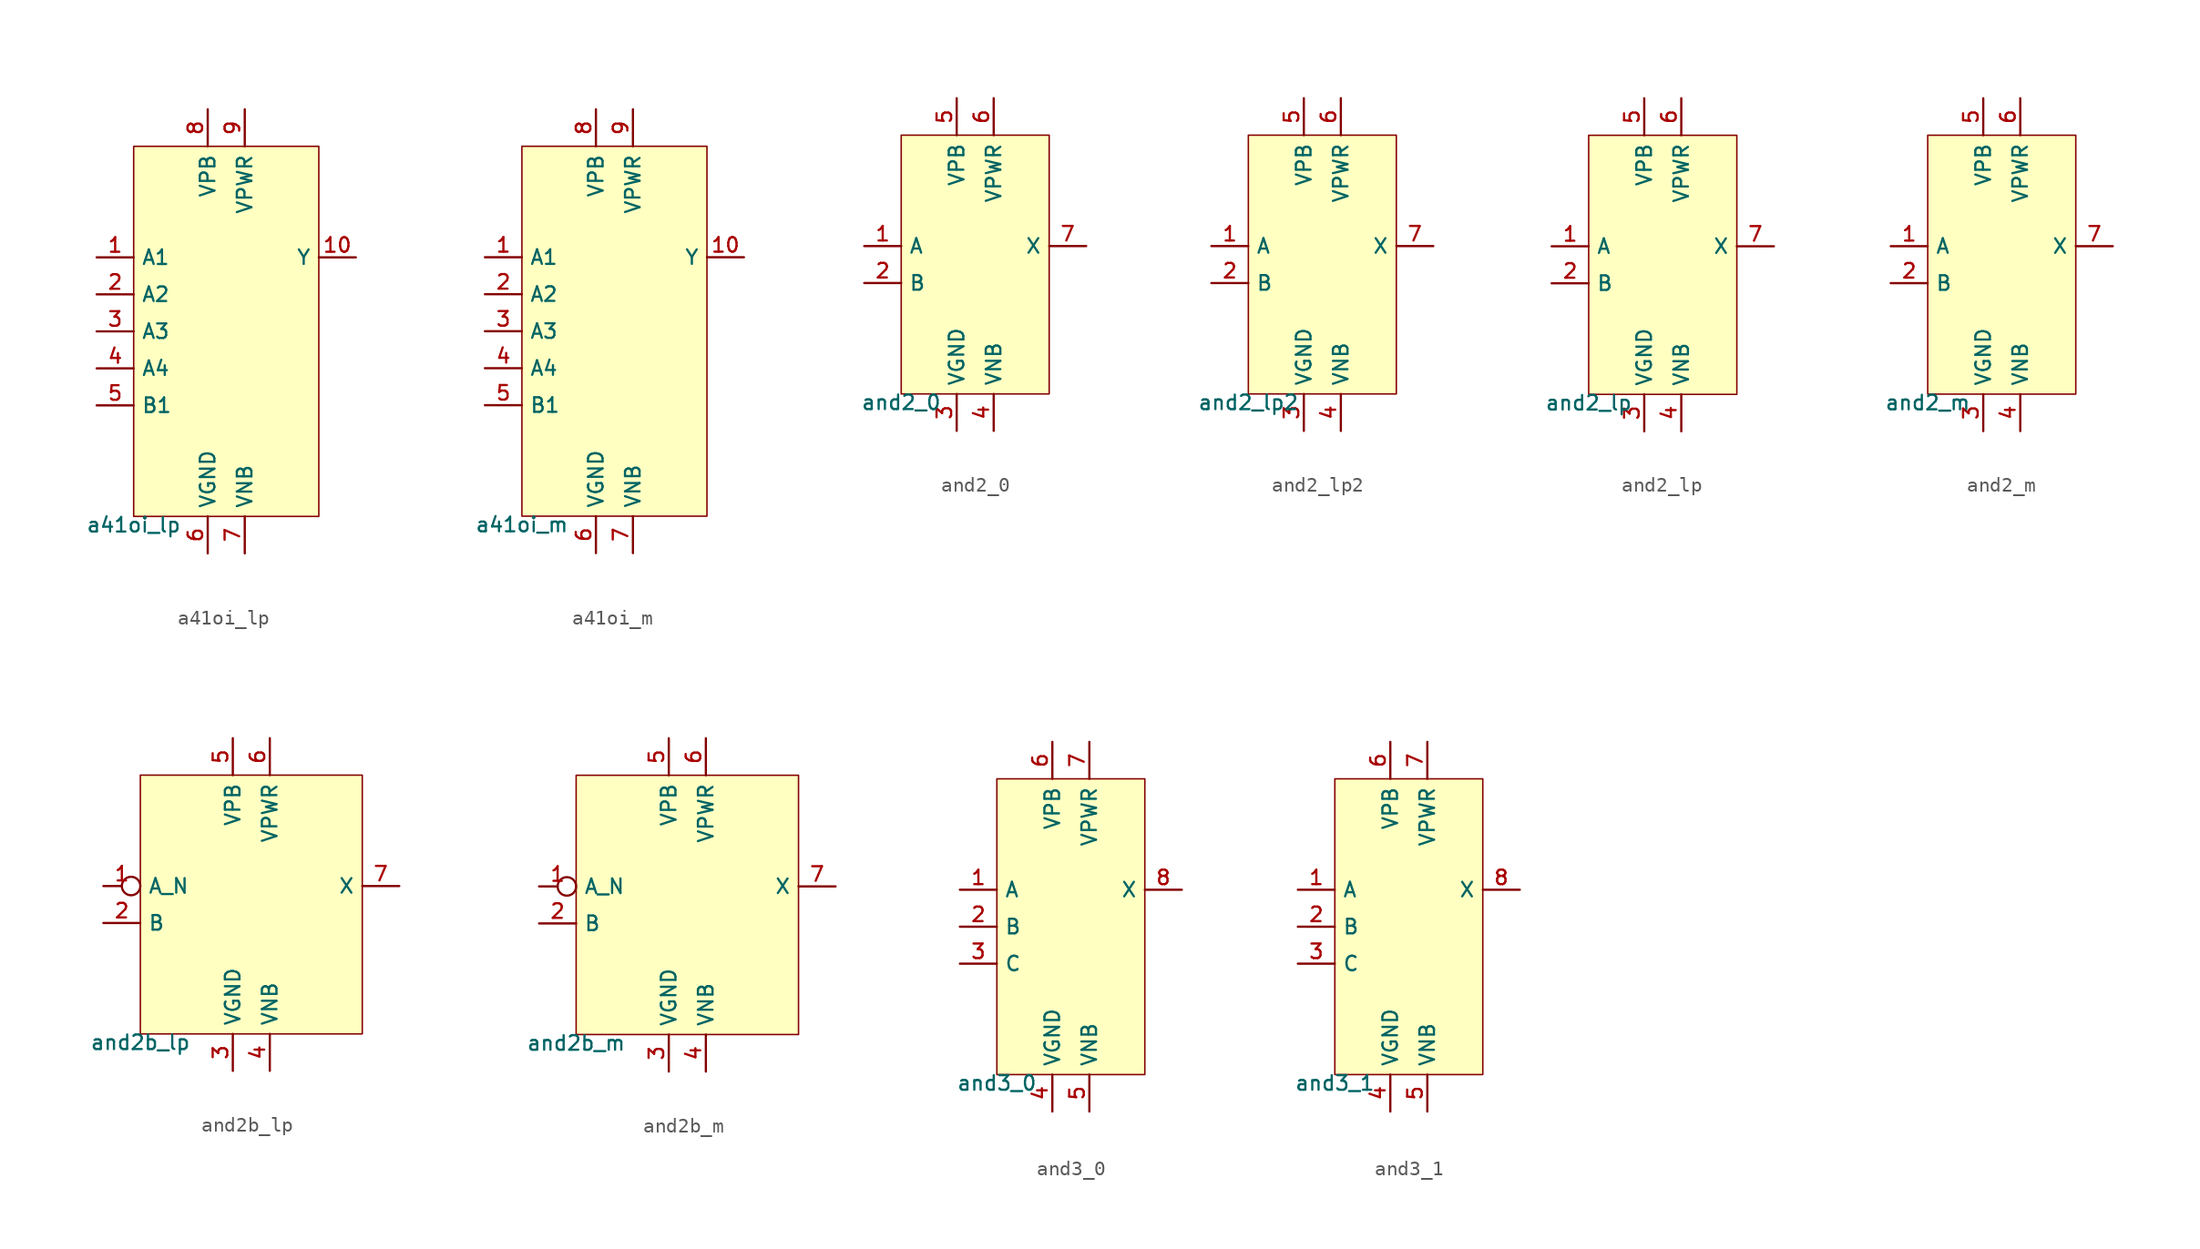
<source format=kicad_sym>
(kicad_symbol_lib
  (version 20211014)
  (generator pdk2kicad)
  (symbol "a41oi_lp"
    (property "Reference" "X"
      (at 0 0 0)
      (effects (font (size 1 1)) hide))
    (property "Value" "a41oi_lp"
      (at -6.35 -12.7 0)
      (effects (font (size 1 1)) (justify top)))
    (rectangle
      (start -6.35 -12.7)
      (end 6.35 12.7)
      (stroke (width 0.1) (type solid) (color 0 0 0 0))
      (fill (type background)))
    (pin input line
      (at -8.89 5.08 0)
      (length 2.54)
      (name "A1" (effects (font (size 1 1)) hide))
      (number "1" (effects (font (size 1 1)) hide)))
    (pin input line
      (at -8.89 2.54 0)
      (length 2.54)
      (name "A2" (effects (font (size 1 1)) hide))
      (number "2" (effects (font (size 1 1)) hide)))
    (pin input line
      (at -8.89 -8.881784197001252e-16 0)
      (length 2.54)
      (name "A3" (effects (font (size 1 1)) hide))
      (number "3" (effects (font (size 1 1)) hide)))
    (pin input line
      (at -8.89 -2.54 0)
      (length 2.54)
      (name "A4" (effects (font (size 1 1)) hide))
      (number "4" (effects (font (size 1 1)) hide)))
    (pin input line
      (at -8.89 -5.08 0)
      (length 2.54)
      (name "B1" (effects (font (size 1 1)) hide))
      (number "5" (effects (font (size 1 1)) hide)))
    (pin power_in line
      (at -1.27 -15.24 90)
      (length 2.54)
      (name "VGND" (effects (font (size 1 1)) hide))
      (number "6" (effects (font (size 1 1)) hide)))
    (pin power_in line
      (at 1.27 -15.24 90)
      (length 2.54)
      (name "VNB" (effects (font (size 1 1)) hide))
      (number "7" (effects (font (size 1 1)) hide)))
    (pin power_in line
      (at -1.27 15.24 270)
      (length 2.54)
      (name "VPB" (effects (font (size 1 1)) hide))
      (number "8" (effects (font (size 1 1)) hide)))
    (pin power_in line
      (at 1.27 15.24 270)
      (length 2.54)
      (name "VPWR" (effects (font (size 1 1)) hide))
      (number "9" (effects (font (size 1 1)) hide)))
    (pin output line
      (at 8.89 5.08 180)
      (length 2.54)
      (name "Y" (effects (font (size 1 1)) hide))
      (number "10" (effects (font (size 1 1)) hide))))
  (symbol "a41oi_m"
    (property "Reference" "X"
      (at 0 0 0)
      (effects (font (size 1 1)) hide))
    (property "Value" "a41oi_m"
      (at -6.35 -12.7 0)
      (effects (font (size 1 1)) (justify top)))
    (rectangle
      (start -6.35 -12.7)
      (end 6.35 12.7)
      (stroke (width 0.1) (type solid) (color 0 0 0 0))
      (fill (type background)))
    (pin input line
      (at -8.89 5.08 0)
      (length 2.54)
      (name "A1" (effects (font (size 1 1)) hide))
      (number "1" (effects (font (size 1 1)) hide)))
    (pin input line
      (at -8.89 2.54 0)
      (length 2.54)
      (name "A2" (effects (font (size 1 1)) hide))
      (number "2" (effects (font (size 1 1)) hide)))
    (pin input line
      (at -8.89 -8.881784197001252e-16 0)
      (length 2.54)
      (name "A3" (effects (font (size 1 1)) hide))
      (number "3" (effects (font (size 1 1)) hide)))
    (pin input line
      (at -8.89 -2.54 0)
      (length 2.54)
      (name "A4" (effects (font (size 1 1)) hide))
      (number "4" (effects (font (size 1 1)) hide)))
    (pin input line
      (at -8.89 -5.08 0)
      (length 2.54)
      (name "B1" (effects (font (size 1 1)) hide))
      (number "5" (effects (font (size 1 1)) hide)))
    (pin power_in line
      (at -1.27 -15.24 90)
      (length 2.54)
      (name "VGND" (effects (font (size 1 1)) hide))
      (number "6" (effects (font (size 1 1)) hide)))
    (pin power_in line
      (at 1.27 -15.24 90)
      (length 2.54)
      (name "VNB" (effects (font (size 1 1)) hide))
      (number "7" (effects (font (size 1 1)) hide)))
    (pin power_in line
      (at -1.27 15.24 270)
      (length 2.54)
      (name "VPB" (effects (font (size 1 1)) hide))
      (number "8" (effects (font (size 1 1)) hide)))
    (pin power_in line
      (at 1.27 15.24 270)
      (length 2.54)
      (name "VPWR" (effects (font (size 1 1)) hide))
      (number "9" (effects (font (size 1 1)) hide)))
    (pin output line
      (at 8.89 5.08 180)
      (length 2.54)
      (name "Y" (effects (font (size 1 1)) hide))
      (number "10" (effects (font (size 1 1)) hide))))
  (symbol "and2_0"
    (property "Reference" "X"
      (at 0 0 0)
      (effects (font (size 1 1)) hide))
    (property "Value" "and2_0"
      (at -5.08 -8.89 0)
      (effects (font (size 1 1)) (justify top)))
    (rectangle
      (start -5.08 -8.89)
      (end 5.08 8.89)
      (stroke (width 0.1) (type solid) (color 0 0 0 0))
      (fill (type background)))
    (pin input line
      (at -7.62 1.27 0)
      (length 2.54)
      (name "A" (effects (font (size 1 1)) hide))
      (number "1" (effects (font (size 1 1)) hide)))
    (pin input line
      (at -7.62 -1.27 0)
      (length 2.54)
      (name "B" (effects (font (size 1 1)) hide))
      (number "2" (effects (font (size 1 1)) hide)))
    (pin power_in line
      (at -1.27 -11.43 90)
      (length 2.54)
      (name "VGND" (effects (font (size 1 1)) hide))
      (number "3" (effects (font (size 1 1)) hide)))
    (pin power_in line
      (at 1.27 -11.43 90)
      (length 2.54)
      (name "VNB" (effects (font (size 1 1)) hide))
      (number "4" (effects (font (size 1 1)) hide)))
    (pin power_in line
      (at -1.27 11.43 270)
      (length 2.54)
      (name "VPB" (effects (font (size 1 1)) hide))
      (number "5" (effects (font (size 1 1)) hide)))
    (pin power_in line
      (at 1.27 11.43 270)
      (length 2.54)
      (name "VPWR" (effects (font (size 1 1)) hide))
      (number "6" (effects (font (size 1 1)) hide)))
    (pin output line
      (at 7.62 1.27 180)
      (length 2.54)
      (name "X" (effects (font (size 1 1)) hide))
      (number "7" (effects (font (size 1 1)) hide))))
  (symbol "and2_lp2"
    (property "Reference" "X"
      (at 0 0 0)
      (effects (font (size 1 1)) hide))
    (property "Value" "and2_lp2"
      (at -5.08 -8.89 0)
      (effects (font (size 1 1)) (justify top)))
    (rectangle
      (start -5.08 -8.89)
      (end 5.08 8.89)
      (stroke (width 0.1) (type solid) (color 0 0 0 0))
      (fill (type background)))
    (pin input line
      (at -7.62 1.27 0)
      (length 2.54)
      (name "A" (effects (font (size 1 1)) hide))
      (number "1" (effects (font (size 1 1)) hide)))
    (pin input line
      (at -7.62 -1.27 0)
      (length 2.54)
      (name "B" (effects (font (size 1 1)) hide))
      (number "2" (effects (font (size 1 1)) hide)))
    (pin power_in line
      (at -1.27 -11.43 90)
      (length 2.54)
      (name "VGND" (effects (font (size 1 1)) hide))
      (number "3" (effects (font (size 1 1)) hide)))
    (pin power_in line
      (at 1.27 -11.43 90)
      (length 2.54)
      (name "VNB" (effects (font (size 1 1)) hide))
      (number "4" (effects (font (size 1 1)) hide)))
    (pin power_in line
      (at -1.27 11.43 270)
      (length 2.54)
      (name "VPB" (effects (font (size 1 1)) hide))
      (number "5" (effects (font (size 1 1)) hide)))
    (pin power_in line
      (at 1.27 11.43 270)
      (length 2.54)
      (name "VPWR" (effects (font (size 1 1)) hide))
      (number "6" (effects (font (size 1 1)) hide)))
    (pin output line
      (at 7.62 1.27 180)
      (length 2.54)
      (name "X" (effects (font (size 1 1)) hide))
      (number "7" (effects (font (size 1 1)) hide))))
  (symbol "and2_lp"
    (property "Reference" "X"
      (at 0 0 0)
      (effects (font (size 1 1)) hide))
    (property "Value" "and2_lp"
      (at -5.08 -8.89 0)
      (effects (font (size 1 1)) (justify top)))
    (rectangle
      (start -5.08 -8.89)
      (end 5.08 8.89)
      (stroke (width 0.1) (type solid) (color 0 0 0 0))
      (fill (type background)))
    (pin input line
      (at -7.62 1.27 0)
      (length 2.54)
      (name "A" (effects (font (size 1 1)) hide))
      (number "1" (effects (font (size 1 1)) hide)))
    (pin input line
      (at -7.62 -1.27 0)
      (length 2.54)
      (name "B" (effects (font (size 1 1)) hide))
      (number "2" (effects (font (size 1 1)) hide)))
    (pin power_in line
      (at -1.27 -11.43 90)
      (length 2.54)
      (name "VGND" (effects (font (size 1 1)) hide))
      (number "3" (effects (font (size 1 1)) hide)))
    (pin power_in line
      (at 1.27 -11.43 90)
      (length 2.54)
      (name "VNB" (effects (font (size 1 1)) hide))
      (number "4" (effects (font (size 1 1)) hide)))
    (pin power_in line
      (at -1.27 11.43 270)
      (length 2.54)
      (name "VPB" (effects (font (size 1 1)) hide))
      (number "5" (effects (font (size 1 1)) hide)))
    (pin power_in line
      (at 1.27 11.43 270)
      (length 2.54)
      (name "VPWR" (effects (font (size 1 1)) hide))
      (number "6" (effects (font (size 1 1)) hide)))
    (pin output line
      (at 7.62 1.27 180)
      (length 2.54)
      (name "X" (effects (font (size 1 1)) hide))
      (number "7" (effects (font (size 1 1)) hide))))
  (symbol "and2_m"
    (property "Reference" "X"
      (at 0 0 0)
      (effects (font (size 1 1)) hide))
    (property "Value" "and2_m"
      (at -5.08 -8.89 0)
      (effects (font (size 1 1)) (justify top)))
    (rectangle
      (start -5.08 -8.89)
      (end 5.08 8.89)
      (stroke (width 0.1) (type solid) (color 0 0 0 0))
      (fill (type background)))
    (pin input line
      (at -7.62 1.27 0)
      (length 2.54)
      (name "A" (effects (font (size 1 1)) hide))
      (number "1" (effects (font (size 1 1)) hide)))
    (pin input line
      (at -7.62 -1.27 0)
      (length 2.54)
      (name "B" (effects (font (size 1 1)) hide))
      (number "2" (effects (font (size 1 1)) hide)))
    (pin power_in line
      (at -1.27 -11.43 90)
      (length 2.54)
      (name "VGND" (effects (font (size 1 1)) hide))
      (number "3" (effects (font (size 1 1)) hide)))
    (pin power_in line
      (at 1.27 -11.43 90)
      (length 2.54)
      (name "VNB" (effects (font (size 1 1)) hide))
      (number "4" (effects (font (size 1 1)) hide)))
    (pin power_in line
      (at -1.27 11.43 270)
      (length 2.54)
      (name "VPB" (effects (font (size 1 1)) hide))
      (number "5" (effects (font (size 1 1)) hide)))
    (pin power_in line
      (at 1.27 11.43 270)
      (length 2.54)
      (name "VPWR" (effects (font (size 1 1)) hide))
      (number "6" (effects (font (size 1 1)) hide)))
    (pin output line
      (at 7.62 1.27 180)
      (length 2.54)
      (name "X" (effects (font (size 1 1)) hide))
      (number "7" (effects (font (size 1 1)) hide))))
  (symbol "and2b_lp"
    (property "Reference" "X"
      (at 0 0 0)
      (effects (font (size 1 1)) hide))
    (property "Value" "and2b_lp"
      (at -7.62 -8.89 0)
      (effects (font (size 1 1)) (justify top)))
    (rectangle
      (start -7.62 -8.89)
      (end 7.62 8.89)
      (stroke (width 0.1) (type solid) (color 0 0 0 0))
      (fill (type background)))
    (pin input inverted
      (at -10.16 1.27 0)
      (length 2.54)
      (name "A_N" (effects (font (size 1 1)) hide))
      (number "1" (effects (font (size 1 1)) hide)))
    (pin input line
      (at -10.16 -1.27 0)
      (length 2.54)
      (name "B" (effects (font (size 1 1)) hide))
      (number "2" (effects (font (size 1 1)) hide)))
    (pin power_in line
      (at -1.27 -11.43 90)
      (length 2.54)
      (name "VGND" (effects (font (size 1 1)) hide))
      (number "3" (effects (font (size 1 1)) hide)))
    (pin power_in line
      (at 1.27 -11.43 90)
      (length 2.54)
      (name "VNB" (effects (font (size 1 1)) hide))
      (number "4" (effects (font (size 1 1)) hide)))
    (pin power_in line
      (at -1.27 11.43 270)
      (length 2.54)
      (name "VPB" (effects (font (size 1 1)) hide))
      (number "5" (effects (font (size 1 1)) hide)))
    (pin power_in line
      (at 1.27 11.43 270)
      (length 2.54)
      (name "VPWR" (effects (font (size 1 1)) hide))
      (number "6" (effects (font (size 1 1)) hide)))
    (pin output line
      (at 10.16 1.27 180)
      (length 2.54)
      (name "X" (effects (font (size 1 1)) hide))
      (number "7" (effects (font (size 1 1)) hide))))
  (symbol "and2b_m"
    (property "Reference" "X"
      (at 0 0 0)
      (effects (font (size 1 1)) hide))
    (property "Value" "and2b_m"
      (at -7.62 -8.89 0)
      (effects (font (size 1 1)) (justify top)))
    (rectangle
      (start -7.62 -8.89)
      (end 7.62 8.89)
      (stroke (width 0.1) (type solid) (color 0 0 0 0))
      (fill (type background)))
    (pin input inverted
      (at -10.16 1.27 0)
      (length 2.54)
      (name "A_N" (effects (font (size 1 1)) hide))
      (number "1" (effects (font (size 1 1)) hide)))
    (pin input line
      (at -10.16 -1.27 0)
      (length 2.54)
      (name "B" (effects (font (size 1 1)) hide))
      (number "2" (effects (font (size 1 1)) hide)))
    (pin power_in line
      (at -1.27 -11.43 90)
      (length 2.54)
      (name "VGND" (effects (font (size 1 1)) hide))
      (number "3" (effects (font (size 1 1)) hide)))
    (pin power_in line
      (at 1.27 -11.43 90)
      (length 2.54)
      (name "VNB" (effects (font (size 1 1)) hide))
      (number "4" (effects (font (size 1 1)) hide)))
    (pin power_in line
      (at -1.27 11.43 270)
      (length 2.54)
      (name "VPB" (effects (font (size 1 1)) hide))
      (number "5" (effects (font (size 1 1)) hide)))
    (pin power_in line
      (at 1.27 11.43 270)
      (length 2.54)
      (name "VPWR" (effects (font (size 1 1)) hide))
      (number "6" (effects (font (size 1 1)) hide)))
    (pin output line
      (at 10.16 1.27 180)
      (length 2.54)
      (name "X" (effects (font (size 1 1)) hide))
      (number "7" (effects (font (size 1 1)) hide))))
  (symbol "and3_0"
    (property "Reference" "X"
      (at 0 0 0)
      (effects (font (size 1 1)) hide))
    (property "Value" "and3_0"
      (at -5.08 -10.16 0)
      (effects (font (size 1 1)) (justify top)))
    (rectangle
      (start -5.08 -10.16)
      (end 5.08 10.16)
      (stroke (width 0.1) (type solid) (color 0 0 0 0))
      (fill (type background)))
    (pin input line
      (at -7.62 2.54 0)
      (length 2.54)
      (name "A" (effects (font (size 1 1)) hide))
      (number "1" (effects (font (size 1 1)) hide)))
    (pin input line
      (at -7.62 0.0 0)
      (length 2.54)
      (name "B" (effects (font (size 1 1)) hide))
      (number "2" (effects (font (size 1 1)) hide)))
    (pin input line
      (at -7.62 -2.54 0)
      (length 2.54)
      (name "C" (effects (font (size 1 1)) hide))
      (number "3" (effects (font (size 1 1)) hide)))
    (pin power_in line
      (at -1.27 -12.7 90)
      (length 2.54)
      (name "VGND" (effects (font (size 1 1)) hide))
      (number "4" (effects (font (size 1 1)) hide)))
    (pin power_in line
      (at 1.27 -12.7 90)
      (length 2.54)
      (name "VNB" (effects (font (size 1 1)) hide))
      (number "5" (effects (font (size 1 1)) hide)))
    (pin power_in line
      (at -1.27 12.7 270)
      (length 2.54)
      (name "VPB" (effects (font (size 1 1)) hide))
      (number "6" (effects (font (size 1 1)) hide)))
    (pin power_in line
      (at 1.27 12.7 270)
      (length 2.54)
      (name "VPWR" (effects (font (size 1 1)) hide))
      (number "7" (effects (font (size 1 1)) hide)))
    (pin output line
      (at 7.62 2.54 180)
      (length 2.54)
      (name "X" (effects (font (size 1 1)) hide))
      (number "8" (effects (font (size 1 1)) hide))))
  (symbol "and3_1"
    (property "Reference" "X"
      (at 0 0 0)
      (effects (font (size 1 1)) hide))
    (property "Value" "and3_1"
      (at -5.08 -10.16 0)
      (effects (font (size 1 1)) (justify top)))
    (rectangle
      (start -5.08 -10.16)
      (end 5.08 10.16)
      (stroke (width 0.1) (type solid) (color 0 0 0 0))
      (fill (type background)))
    (pin input line
      (at -7.62 2.54 0)
      (length 2.54)
      (name "A" (effects (font (size 1 1)) hide))
      (number "1" (effects (font (size 1 1)) hide)))
    (pin input line
      (at -7.62 0.0 0)
      (length 2.54)
      (name "B" (effects (font (size 1 1)) hide))
      (number "2" (effects (font (size 1 1)) hide)))
    (pin input line
      (at -7.62 -2.54 0)
      (length 2.54)
      (name "C" (effects (font (size 1 1)) hide))
      (number "3" (effects (font (size 1 1)) hide)))
    (pin power_in line
      (at -1.27 -12.7 90)
      (length 2.54)
      (name "VGND" (effects (font (size 1 1)) hide))
      (number "4" (effects (font (size 1 1)) hide)))
    (pin power_in line
      (at 1.27 -12.7 90)
      (length 2.54)
      (name "VNB" (effects (font (size 1 1)) hide))
      (number "5" (effects (font (size 1 1)) hide)))
    (pin power_in line
      (at -1.27 12.7 270)
      (length 2.54)
      (name "VPB" (effects (font (size 1 1)) hide))
      (number "6" (effects (font (size 1 1)) hide)))
    (pin power_in line
      (at 1.27 12.7 270)
      (length 2.54)
      (name "VPWR" (effects (font (size 1 1)) hide))
      (number "7" (effects (font (size 1 1)) hide)))
    (pin output line
      (at 7.62 2.54 180)
      (length 2.54)
      (name "X" (effects (font (size 1 1)) hide))
      (number "8" (effects (font (size 1 1)) hide)))))
</source>
